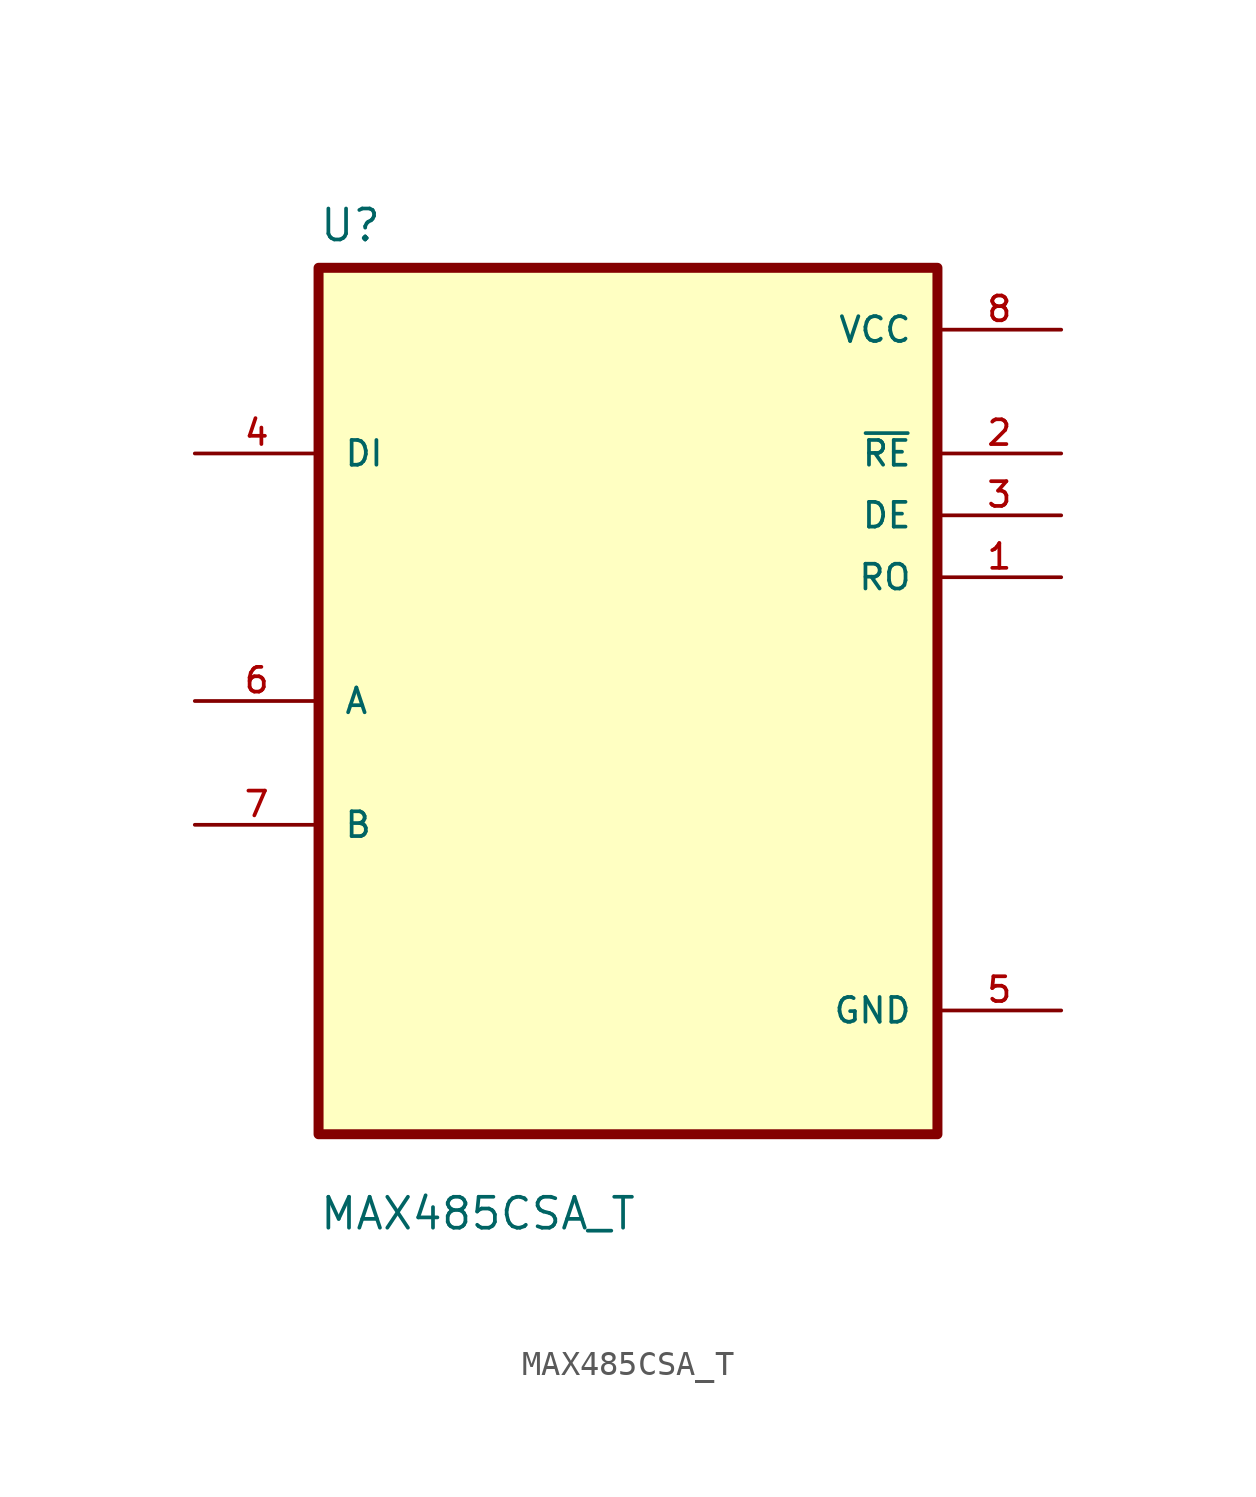
<source format=kicad_sym>
(kicad_symbol_lib
  (version 20211014)
  (generator kicad_symbol_editor)
  (symbol "MAX485CSA_T"
    (pin_names
      (offset 1.016))
    (property "Reference" "U"
      (at -12.7 18.78 0.0)
      (effects (font (size 1.27 1.27)) (justify bottom left)))
    (property "Value" "MAX485CSA_T"
      (at -12.7 -21.78 0.0)
      (effects (font (size 1.27 1.27)) (justify bottom left)))
    (symbol "MAX485CSA_T_0_0"
      (rectangle (start -12.7 -17.78) (end 12.7 17.78) (stroke (width 0.41)) (fill (type background)))
      (pin input line (at -17.78 10.16 0) (length 5.08) (name "DI" (effects (font (size 1.016 1.016)))) (number "4" (effects (font (size 1.016 1.016)))))
      (pin bidirectional line (at -17.78 0.0 0) (length 5.08) (name "A" (effects (font (size 1.016 1.016)))) (number "6" (effects (font (size 1.016 1.016)))))
      (pin bidirectional line (at -17.78 -5.08 0) (length 5.08) (name "B" (effects (font (size 1.016 1.016)))) (number "7" (effects (font (size 1.016 1.016)))))
      (pin power_in line (at 17.78 15.24 180.0) (length 5.08) (name "VCC" (effects (font (size 1.016 1.016)))) (number "8" (effects (font (size 1.016 1.016)))))
      (pin output line (at 17.78 10.16 180.0) (length 5.08) (name "~{RE}" (effects (font (size 1.016 1.016)))) (number "2" (effects (font (size 1.016 1.016)))))
      (pin output line (at 17.78 7.62 180.0) (length 5.08) (name "DE" (effects (font (size 1.016 1.016)))) (number "3" (effects (font (size 1.016 1.016)))))
      (pin output line (at 17.78 5.08 180.0) (length 5.08) (name "RO" (effects (font (size 1.016 1.016)))) (number "1" (effects (font (size 1.016 1.016)))))
      (pin power_in line (at 17.78 -12.7 180.0) (length 5.08) (name "GND" (effects (font (size 1.016 1.016)))) (number "5" (effects (font (size 1.016 1.016))))))))
</source>
